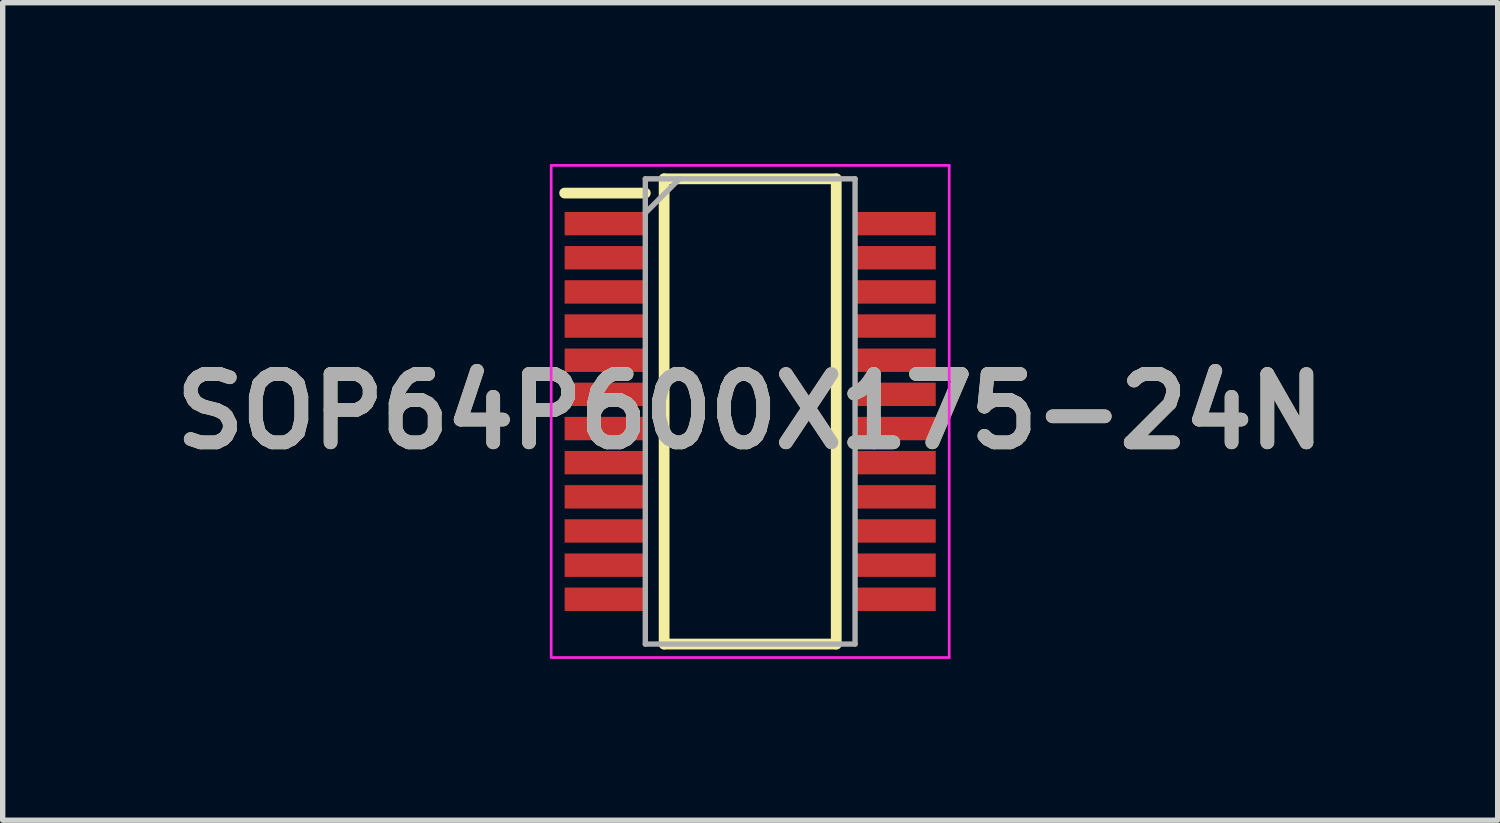
<source format=kicad_pcb>
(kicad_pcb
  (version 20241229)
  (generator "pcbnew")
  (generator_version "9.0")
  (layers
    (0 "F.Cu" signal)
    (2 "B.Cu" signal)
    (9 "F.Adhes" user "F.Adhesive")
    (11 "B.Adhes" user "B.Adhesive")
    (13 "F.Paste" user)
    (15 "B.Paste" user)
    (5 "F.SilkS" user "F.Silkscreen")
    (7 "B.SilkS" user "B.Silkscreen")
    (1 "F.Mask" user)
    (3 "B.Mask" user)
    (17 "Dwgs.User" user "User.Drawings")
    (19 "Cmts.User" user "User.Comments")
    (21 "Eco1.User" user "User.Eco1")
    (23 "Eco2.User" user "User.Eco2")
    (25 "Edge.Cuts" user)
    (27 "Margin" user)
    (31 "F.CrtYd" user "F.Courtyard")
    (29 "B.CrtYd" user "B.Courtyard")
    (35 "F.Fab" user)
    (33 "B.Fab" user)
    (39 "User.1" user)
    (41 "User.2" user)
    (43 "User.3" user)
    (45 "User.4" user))
  (footprint "SOP64P600X175-24N"
    (layer "F.Cu")
    (at 10.898 4.6)
    (property "Reference" "SOP64P600X175-24N" (at 0 0 0) (layer "F.SilkS") (effects (font (size 1.27 1.27) (thickness 0.254))))
    (attr smd)
    (fp_line (start -3.45 -4.06) (end -1.95 -4.06) (stroke (width 0.2) (type solid)) (layer "F.SilkS"))
    (fp_line (start -1.6 -4.325) (end 1.6 -4.325) (stroke (width 0.2) (type solid)) (layer "F.SilkS"))
    (fp_line (start -1.6 4.325) (end -1.6 -4.325) (stroke (width 0.2) (type solid)) (layer "F.SilkS"))
    (fp_line (start 1.6 -4.325) (end 1.6 4.325) (stroke (width 0.2) (type solid)) (layer "F.SilkS"))
    (fp_line (start 1.6 4.325) (end -1.6 4.325) (stroke (width 0.2) (type solid)) (layer "F.SilkS"))
    (fp_line (start -3.7 -4.575) (end 3.7 -4.575) (stroke (width 0.05) (type solid)) (layer "F.CrtYd"))
    (fp_line (start -3.7 4.575) (end -3.7 -4.575) (stroke (width 0.05) (type solid)) (layer "F.CrtYd"))
    (fp_line (start 3.7 -4.575) (end 3.7 4.575) (stroke (width 0.05) (type solid)) (layer "F.CrtYd"))
    (fp_line (start 3.7 4.575) (end -3.7 4.575) (stroke (width 0.05) (type solid)) (layer "F.CrtYd"))
    (fp_line (start -1.95 -4.325) (end 1.95 -4.325) (stroke (width 0.1) (type solid)) (layer "F.Fab"))
    (fp_line (start -1.95 -3.69) (end -1.315 -4.325) (stroke (width 0.1) (type solid)) (layer "F.Fab"))
    (fp_line (start -1.95 4.325) (end -1.95 -4.325) (stroke (width 0.1) (type solid)) (layer "F.Fab"))
    (fp_line (start 1.95 -4.325) (end 1.95 4.325) (stroke (width 0.1) (type solid)) (layer "F.Fab"))
    (fp_line (start 1.95 4.325) (end -1.95 4.325) (stroke (width 0.1) (type solid)) (layer "F.Fab"))
    (fp_text user "${REFERENCE}" (at 0 0 0) (layer "F.Fab") (effects (font (size 1.27 1.27) (thickness 0.254))))
    (pad "1" smd rect (at -2.7 -3.492 90) (size 0.435 1.5) (layers "F.Cu" "F.Mask" "F.Paste"))
    (pad "2" smd rect (at -2.7 -2.858 90) (size 0.435 1.5) (layers "F.Cu" "F.Mask" "F.Paste"))
    (pad "3" smd rect (at -2.7 -2.222 90) (size 0.435 1.5) (layers "F.Cu" "F.Mask" "F.Paste"))
    (pad "4" smd rect (at -2.7 -1.588 90) (size 0.435 1.5) (layers "F.Cu" "F.Mask" "F.Paste"))
    (pad "5" smd rect (at -2.7 -0.952 90) (size 0.435 1.5) (layers "F.Cu" "F.Mask" "F.Paste"))
    (pad "6" smd rect (at -2.7 -0.318 90) (size 0.435 1.5) (layers "F.Cu" "F.Mask" "F.Paste"))
    (pad "7" smd rect (at -2.7 0.318 90) (size 0.435 1.5) (layers "F.Cu" "F.Mask" "F.Paste"))
    (pad "8" smd rect (at -2.7 0.952 90) (size 0.435 1.5) (layers "F.Cu" "F.Mask" "F.Paste"))
    (pad "9" smd rect (at -2.7 1.588 90) (size 0.435 1.5) (layers "F.Cu" "F.Mask" "F.Paste"))
    (pad "10" smd rect (at -2.7 2.222 90) (size 0.435 1.5) (layers "F.Cu" "F.Mask" "F.Paste"))
    (pad "11" smd rect (at -2.7 2.858 90) (size 0.435 1.5) (layers "F.Cu" "F.Mask" "F.Paste"))
    (pad "12" smd rect (at -2.7 3.492 90) (size 0.435 1.5) (layers "F.Cu" "F.Mask" "F.Paste"))
    (pad "13" smd rect (at 2.7 3.492 90) (size 0.435 1.5) (layers "F.Cu" "F.Mask" "F.Paste"))
    (pad "14" smd rect (at 2.7 2.858 90) (size 0.435 1.5) (layers "F.Cu" "F.Mask" "F.Paste"))
    (pad "15" smd rect (at 2.7 2.222 90) (size 0.435 1.5) (layers "F.Cu" "F.Mask" "F.Paste"))
    (pad "16" smd rect (at 2.7 1.588 90) (size 0.435 1.5) (layers "F.Cu" "F.Mask" "F.Paste"))
    (pad "17" smd rect (at 2.7 0.952 90) (size 0.435 1.5) (layers "F.Cu" "F.Mask" "F.Paste"))
    (pad "18" smd rect (at 2.7 0.318 90) (size 0.435 1.5) (layers "F.Cu" "F.Mask" "F.Paste"))
    (pad "19" smd rect (at 2.7 -0.318 90) (size 0.435 1.5) (layers "F.Cu" "F.Mask" "F.Paste"))
    (pad "20" smd rect (at 2.7 -0.952 90) (size 0.435 1.5) (layers "F.Cu" "F.Mask" "F.Paste"))
    (pad "21" smd rect (at 2.7 -1.588 90) (size 0.435 1.5) (layers "F.Cu" "F.Mask" "F.Paste"))
    (pad "22" smd rect (at 2.7 -2.222 90) (size 0.435 1.5) (layers "F.Cu" "F.Mask" "F.Paste"))
    (pad "23" smd rect (at 2.7 -2.858 90) (size 0.435 1.5) (layers "F.Cu" "F.Mask" "F.Paste"))
    (pad "24" smd rect (at 2.7 -3.492 90) (size 0.435 1.5) (layers "F.Cu" "F.Mask" "F.Paste")))
  (gr_rect
    (start -3 -3)
    (end 24.796 12.2)
    (stroke (width 0.1) (type default))
    (fill no)
    (layer "Edge.Cuts")))
</source>
